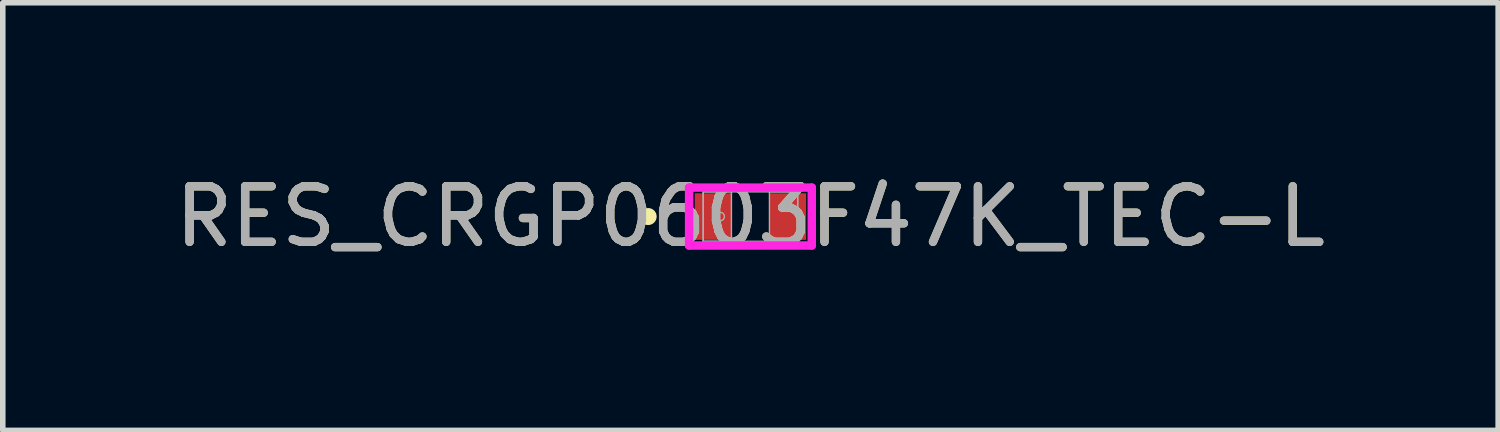
<source format=kicad_pcb>
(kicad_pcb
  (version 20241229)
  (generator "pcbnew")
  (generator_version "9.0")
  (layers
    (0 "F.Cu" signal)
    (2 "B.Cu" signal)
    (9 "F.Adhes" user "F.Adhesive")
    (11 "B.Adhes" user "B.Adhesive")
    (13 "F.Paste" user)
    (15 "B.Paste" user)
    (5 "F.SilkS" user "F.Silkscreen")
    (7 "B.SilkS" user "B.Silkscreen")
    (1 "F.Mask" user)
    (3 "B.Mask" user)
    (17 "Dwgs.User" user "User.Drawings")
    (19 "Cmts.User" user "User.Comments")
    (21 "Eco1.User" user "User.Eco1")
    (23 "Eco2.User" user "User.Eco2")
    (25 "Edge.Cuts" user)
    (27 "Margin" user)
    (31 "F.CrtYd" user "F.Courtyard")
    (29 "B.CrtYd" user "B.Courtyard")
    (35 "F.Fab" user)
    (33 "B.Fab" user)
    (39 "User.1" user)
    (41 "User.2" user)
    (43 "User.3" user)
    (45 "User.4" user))
  (footprint "RES_CRGP0603F47K_TEC-L"
    (layer "F.Cu")
    (at 10.458 0.848)
    (property "Reference" "RES_CRGP0603F47K_TEC-L" (at 0 0 0) (unlocked yes) (layer "F.SilkS") (effects (font (size 1 1) (thickness 0.15))))
    (attr smd)
    (fp_circle (center -1.841 0) (end -1.764 0) (stroke (width 0.152) (type solid)) (fill no) (layer "F.SilkS"))
    (fp_line (start -1.104 -0.521) (end 1.104 -0.521) (stroke (width 0.152) (type solid)) (layer "F.CrtYd"))
    (fp_line (start -1.104 0.521) (end -1.104 -0.521) (stroke (width 0.152) (type solid)) (layer "F.CrtYd"))
    (fp_line (start 1.104 -0.521) (end 1.104 0.521) (stroke (width 0.152) (type solid)) (layer "F.CrtYd"))
    (fp_line (start 1.104 0.521) (end -1.104 0.521) (stroke (width 0.152) (type solid)) (layer "F.CrtYd"))
    (fp_line (start -0.85 -0.445) (end -0.85 0.445) (stroke (width 0.025) (type solid)) (layer "F.Fab"))
    (fp_line (start -0.85 -0.445) (end -0.85 0.445) (stroke (width 0.025) (type solid)) (layer "F.Fab"))
    (fp_line (start -0.85 0.445) (end -0.342 0.445) (stroke (width 0.025) (type solid)) (layer "F.Fab"))
    (fp_line (start -0.85 0.445) (end 0.85 0.445) (stroke (width 0.025) (type solid)) (layer "F.Fab"))
    (fp_line (start -0.342 -0.445) (end -0.85 -0.445) (stroke (width 0.025) (type solid)) (layer "F.Fab"))
    (fp_line (start -0.342 0.445) (end -0.342 -0.445) (stroke (width 0.025) (type solid)) (layer "F.Fab"))
    (fp_line (start 0.342 -0.445) (end 0.342 0.445) (stroke (width 0.025) (type solid)) (layer "F.Fab"))
    (fp_line (start 0.342 0.445) (end 0.85 0.445) (stroke (width 0.025) (type solid)) (layer "F.Fab"))
    (fp_line (start 0.85 -0.445) (end -0.85 -0.445) (stroke (width 0.025) (type solid)) (layer "F.Fab"))
    (fp_line (start 0.85 -0.445) (end 0.342 -0.445) (stroke (width 0.025) (type solid)) (layer "F.Fab"))
    (fp_line (start 0.85 0.445) (end 0.85 -0.445) (stroke (width 0.025) (type solid)) (layer "F.Fab"))
    (fp_line (start 0.85 0.445) (end 0.85 -0.445) (stroke (width 0.025) (type solid)) (layer "F.Fab"))
    (fp_circle (center -0.545 0) (end -0.469 0) (stroke (width 0.025) (type solid)) (fill no) (layer "F.Fab"))
    (fp_text user "${REFERENCE}" (at 0 0 0) (unlocked yes) (layer "F.Fab") (effects (font (size 1 1) (thickness 0.15))))
    (pad "1" smd rect (at -0.672 0) (size 0.66 0.838) (layers "F.Cu" "F.Mask" "F.Paste"))
    (pad "2" smd rect (at 0.672 0) (size 0.66 0.838) (layers "F.Cu" "F.Mask" "F.Paste"))
    (zone (net_name "") (layer "F.Cu") (hatch full 0.508) (connect_pads) (min_thickness 0.254) (filled_areas_thickness no) (keepout (tracks not_allowed) (vias not_allowed) (pads allowed) (copperpour not_allowed) (footprints allowed)) (placement (enabled no)) (fill) (polygon (pts (xy 10.167 0.455) (xy 10.75 0.455) (xy 10.75 1.242) (xy 10.167 1.242)))))
  (gr_rect
    (start -3 -3)
    (end 23.917 4.697)
    (stroke (width 0.1) (type default))
    (fill no)
    (layer "Edge.Cuts")))
</source>
